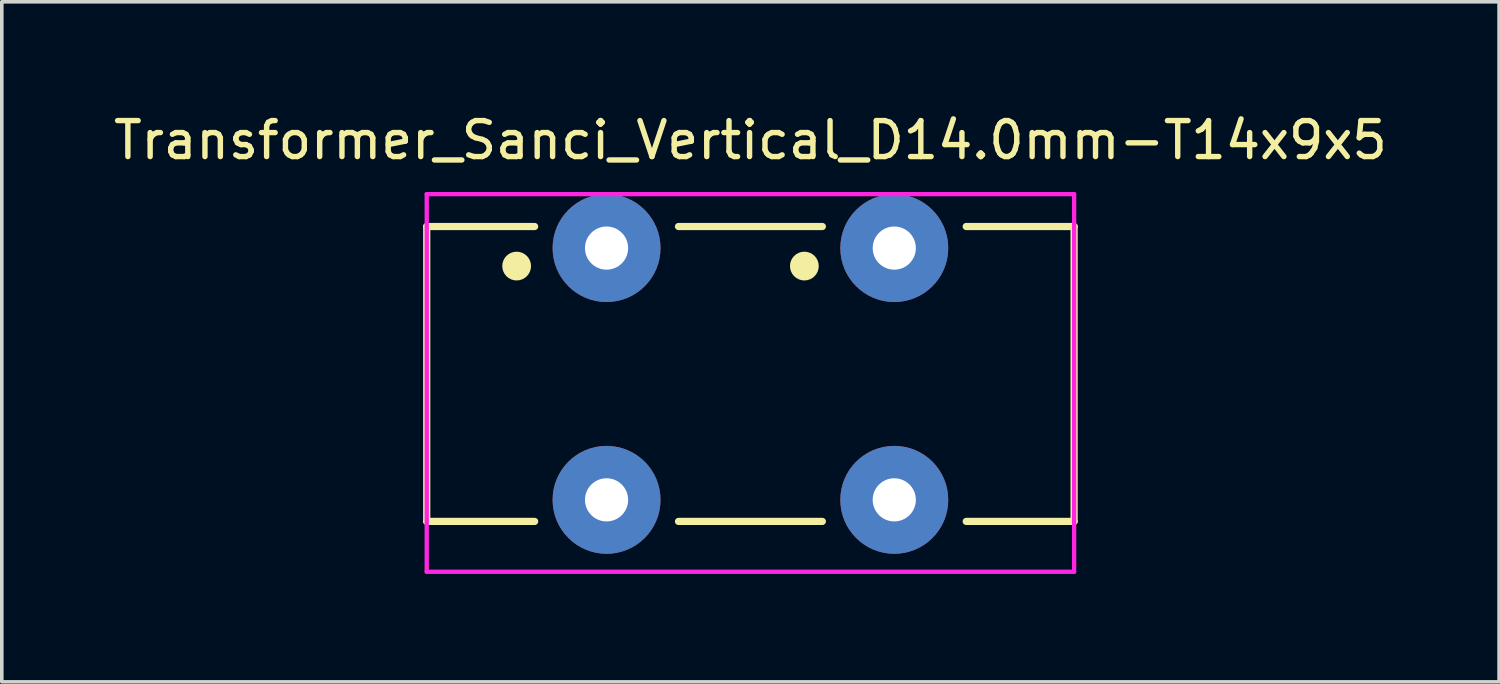
<source format=kicad_pcb>
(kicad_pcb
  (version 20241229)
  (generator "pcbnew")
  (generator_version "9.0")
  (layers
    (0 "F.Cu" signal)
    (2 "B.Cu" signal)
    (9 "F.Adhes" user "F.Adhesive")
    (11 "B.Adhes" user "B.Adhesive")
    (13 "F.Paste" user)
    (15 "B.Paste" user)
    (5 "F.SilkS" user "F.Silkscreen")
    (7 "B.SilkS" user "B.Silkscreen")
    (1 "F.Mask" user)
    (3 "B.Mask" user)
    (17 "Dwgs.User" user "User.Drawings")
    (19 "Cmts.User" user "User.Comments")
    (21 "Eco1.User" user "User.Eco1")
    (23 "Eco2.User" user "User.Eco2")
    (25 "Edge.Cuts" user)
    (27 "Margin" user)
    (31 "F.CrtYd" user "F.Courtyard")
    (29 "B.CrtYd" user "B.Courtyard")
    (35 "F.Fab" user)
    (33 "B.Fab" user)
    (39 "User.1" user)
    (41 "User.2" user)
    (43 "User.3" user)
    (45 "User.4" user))
  (footprint "Transformer_Sanci_Vertical_D14.0mm-T14x9x5"
    (layer "F.Cu")
    (at 17.815 7.348)
    (property "Reference" "Transformer_Sanci_Vertical_D14.0mm-T14x9x5" (at 0 -6.5 0) (layer "F.SilkS") (effects (font (size 1 1) (thickness 0.15))))
    (attr through_hole)
    (fp_line (start -9 -4.1) (end -9 4.1) (stroke (width 0.2) (type solid)) (layer "F.SilkS"))
    (fp_line (start -9 -4.1) (end -6 -4.1) (stroke (width 0.2) (type solid)) (layer "F.SilkS"))
    (fp_line (start -9 4.1) (end -6 4.1) (stroke (width 0.2) (type solid)) (layer "F.SilkS"))
    (fp_line (start -2 -4.1) (end 2 -4.1) (stroke (width 0.2) (type solid)) (layer "F.SilkS"))
    (fp_line (start 2 4.1) (end -2 4.1) (stroke (width 0.2) (type solid)) (layer "F.SilkS"))
    (fp_line (start 9 -4.1) (end 6 -4.1) (stroke (width 0.2) (type solid)) (layer "F.SilkS"))
    (fp_line (start 9 4.1) (end 6 4.1) (stroke (width 0.2) (type solid)) (layer "F.SilkS"))
    (fp_line (start 9 4.1) (end 9 -4.1) (stroke (width 0.2) (type solid)) (layer "F.SilkS"))
    (fp_circle (center -6.5 -3) (end -6.3 -3) (stroke (width 0.4) (type solid)) (fill no) (layer "F.SilkS"))
    (fp_circle (center 1.5 -3) (end 1.7 -3) (stroke (width 0.4) (type solid)) (fill no) (layer "F.SilkS"))
    (fp_line (start -9 -5) (end -9 5.5) (stroke (width 0.12) (type solid)) (layer "F.CrtYd"))
    (fp_line (start -9 5.5) (end 9 5.5) (stroke (width 0.12) (type solid)) (layer "F.CrtYd"))
    (fp_line (start 9 -5) (end -9 -5) (stroke (width 0.12) (type solid)) (layer "F.CrtYd"))
    (fp_line (start 9 5.5) (end 9 -5) (stroke (width 0.12) (type solid)) (layer "F.CrtYd"))
    (pad "1" thru_hole circle (at -4 -3.5) (size 3 3) (drill 1.2) (layers "*.Cu" "*.Mask"))
    (pad "2" thru_hole circle (at -4 3.5) (size 3 3) (drill 1.2) (layers "*.Cu" "*.Mask"))
    (pad "3" thru_hole circle (at 4 3.5) (size 3 3) (drill 1.2) (layers "*.Cu" "*.Mask"))
    (pad "4" thru_hole circle (at 4 -3.5) (size 3 3) (drill 1.2) (layers "*.Cu" "*.Mask")))
  (gr_rect
    (start -3 -3)
    (end 38.631 15.908)
    (stroke (width 0.1) (type default))
    (fill no)
    (layer "Edge.Cuts")))
</source>
